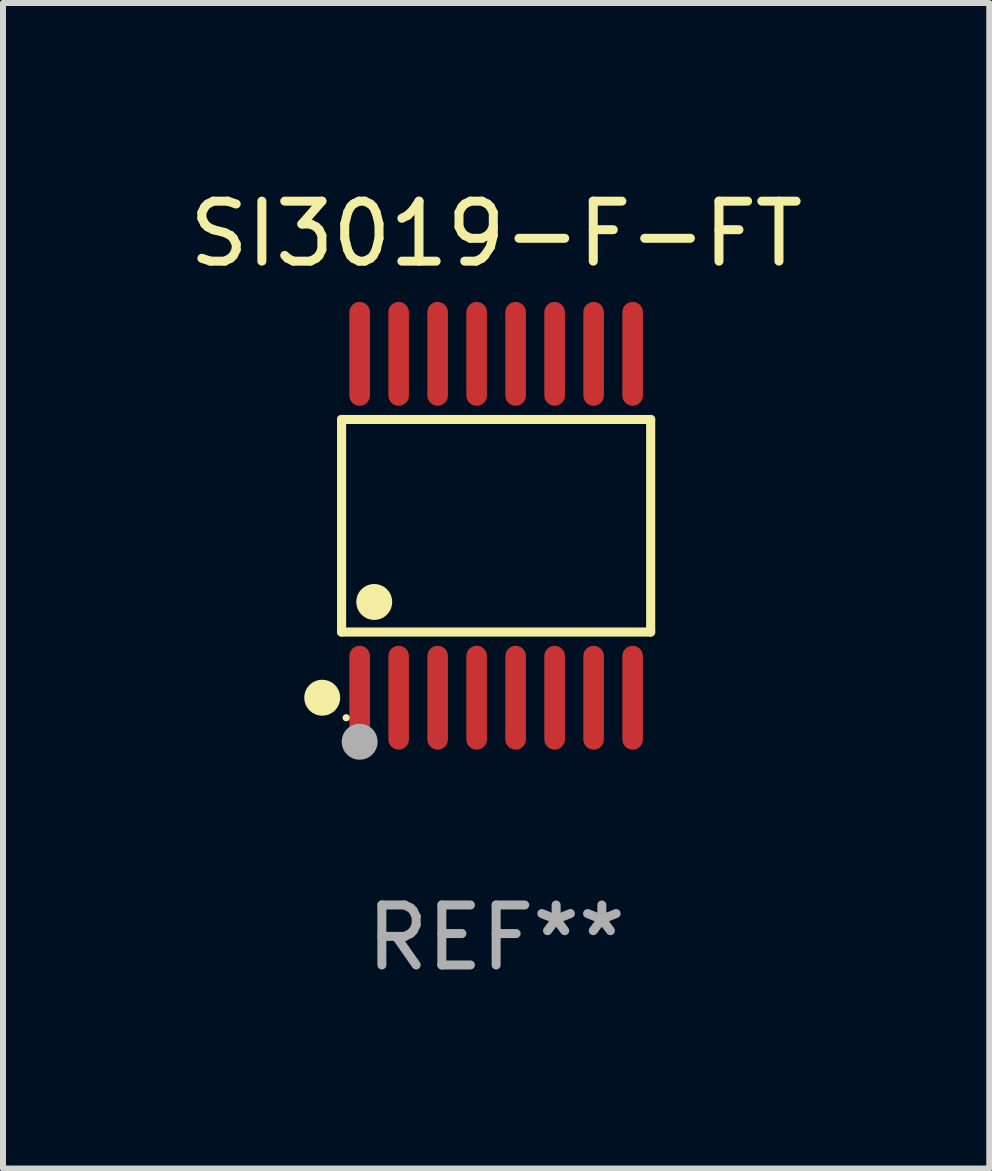
<source format=kicad_pcb>
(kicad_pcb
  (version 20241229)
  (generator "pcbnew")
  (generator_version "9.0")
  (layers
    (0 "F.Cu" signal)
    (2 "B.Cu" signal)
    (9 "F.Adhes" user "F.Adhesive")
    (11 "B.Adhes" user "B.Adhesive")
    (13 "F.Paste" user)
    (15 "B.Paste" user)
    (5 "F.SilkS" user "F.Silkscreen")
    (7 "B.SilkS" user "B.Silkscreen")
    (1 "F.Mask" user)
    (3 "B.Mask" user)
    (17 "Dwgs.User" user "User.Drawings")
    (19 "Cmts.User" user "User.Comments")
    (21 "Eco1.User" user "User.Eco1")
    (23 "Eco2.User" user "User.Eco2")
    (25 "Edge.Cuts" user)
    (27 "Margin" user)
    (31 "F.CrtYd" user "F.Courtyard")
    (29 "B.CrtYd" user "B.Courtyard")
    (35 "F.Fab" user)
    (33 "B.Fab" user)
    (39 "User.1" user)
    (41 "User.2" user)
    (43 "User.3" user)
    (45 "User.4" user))
  (footprint "SI3019-F-FT"
    (layer "F.Cu")
    (at 5.22 5.714)
    (property "Reference" "SI3019-F-FT" (at 0 -4.866 0) (layer "F.SilkS") (effects (font (size 1 1) (thickness 0.15))))
    (attr through_hole)
    (fp_line (start -2.576 -1.772) (end 2.576 -1.772) (stroke (width 0.152) (type solid)) (layer "F.SilkS"))
    (fp_line (start -2.576 1.771) (end -2.576 -1.772) (stroke (width 0.152) (type solid)) (layer "F.SilkS"))
    (fp_line (start 2.576 -1.772) (end 2.576 1.771) (stroke (width 0.152) (type solid)) (layer "F.SilkS"))
    (fp_line (start 2.576 1.771) (end -2.576 1.771) (stroke (width 0.152) (type solid)) (layer "F.SilkS"))
    (fp_circle (center -2.899 2.866) (end -2.749 2.866) (stroke (width 0.3) (type solid)) (fill no) (layer "F.SilkS"))
    (fp_circle (center -2.5 3.2) (end -2.47 3.2) (stroke (width 0.06) (type solid)) (fill no) (layer "F.SilkS"))
    (fp_circle (center -2.032 1.27) (end -1.882 1.27) (stroke (width 0.3) (type solid)) (fill no) (layer "F.SilkS"))
    (fp_circle (center -2.275 3.6) (end -2.125 3.6) (stroke (width 0.3) (type solid)) (fill no) (layer "F.Fab"))
    (fp_text user "REF**" (at 0 6.866 0) (layer "F.Fab") (effects (font (size 1 1) (thickness 0.15))))
    (pad "1" smd oval (at -2.275 2.866) (size 0.343 1.731) (layers "F.Cu" "F.Mask" "F.Paste"))
    (pad "2" smd oval (at -1.625 2.866) (size 0.343 1.731) (layers "F.Cu" "F.Mask" "F.Paste"))
    (pad "3" smd oval (at -0.975 2.866) (size 0.343 1.731) (layers "F.Cu" "F.Mask" "F.Paste"))
    (pad "4" smd oval (at -0.325 2.866) (size 0.343 1.731) (layers "F.Cu" "F.Mask" "F.Paste"))
    (pad "5" smd oval (at 0.325 2.866) (size 0.343 1.731) (layers "F.Cu" "F.Mask" "F.Paste"))
    (pad "6" smd oval (at 0.975 2.866) (size 0.343 1.731) (layers "F.Cu" "F.Mask" "F.Paste"))
    (pad "7" smd oval (at 1.625 2.866) (size 0.343 1.731) (layers "F.Cu" "F.Mask" "F.Paste"))
    (pad "8" smd oval (at 2.275 2.866) (size 0.343 1.731) (layers "F.Cu" "F.Mask" "F.Paste"))
    (pad "9" smd oval (at 2.275 -2.866) (size 0.343 1.731) (layers "F.Cu" "F.Mask" "F.Paste"))
    (pad "10" smd oval (at 1.625 -2.866) (size 0.343 1.731) (layers "F.Cu" "F.Mask" "F.Paste"))
    (pad "11" smd oval (at 0.975 -2.866) (size 0.343 1.731) (layers "F.Cu" "F.Mask" "F.Paste"))
    (pad "12" smd oval (at 0.325 -2.866) (size 0.343 1.731) (layers "F.Cu" "F.Mask" "F.Paste"))
    (pad "13" smd oval (at -0.325 -2.866) (size 0.343 1.731) (layers "F.Cu" "F.Mask" "F.Paste"))
    (pad "14" smd oval (at -0.975 -2.866) (size 0.343 1.731) (layers "F.Cu" "F.Mask" "F.Paste"))
    (pad "15" smd oval (at -1.625 -2.866) (size 0.343 1.731) (layers "F.Cu" "F.Mask" "F.Paste"))
    (pad "16" smd oval (at -2.275 -2.866) (size 0.343 1.731) (layers "F.Cu" "F.Mask" "F.Paste")))
  (gr_rect
    (start -3 -3)
    (end 13.44 16.428)
    (stroke (width 0.1) (type default))
    (fill no)
    (layer "Edge.Cuts")))
</source>
